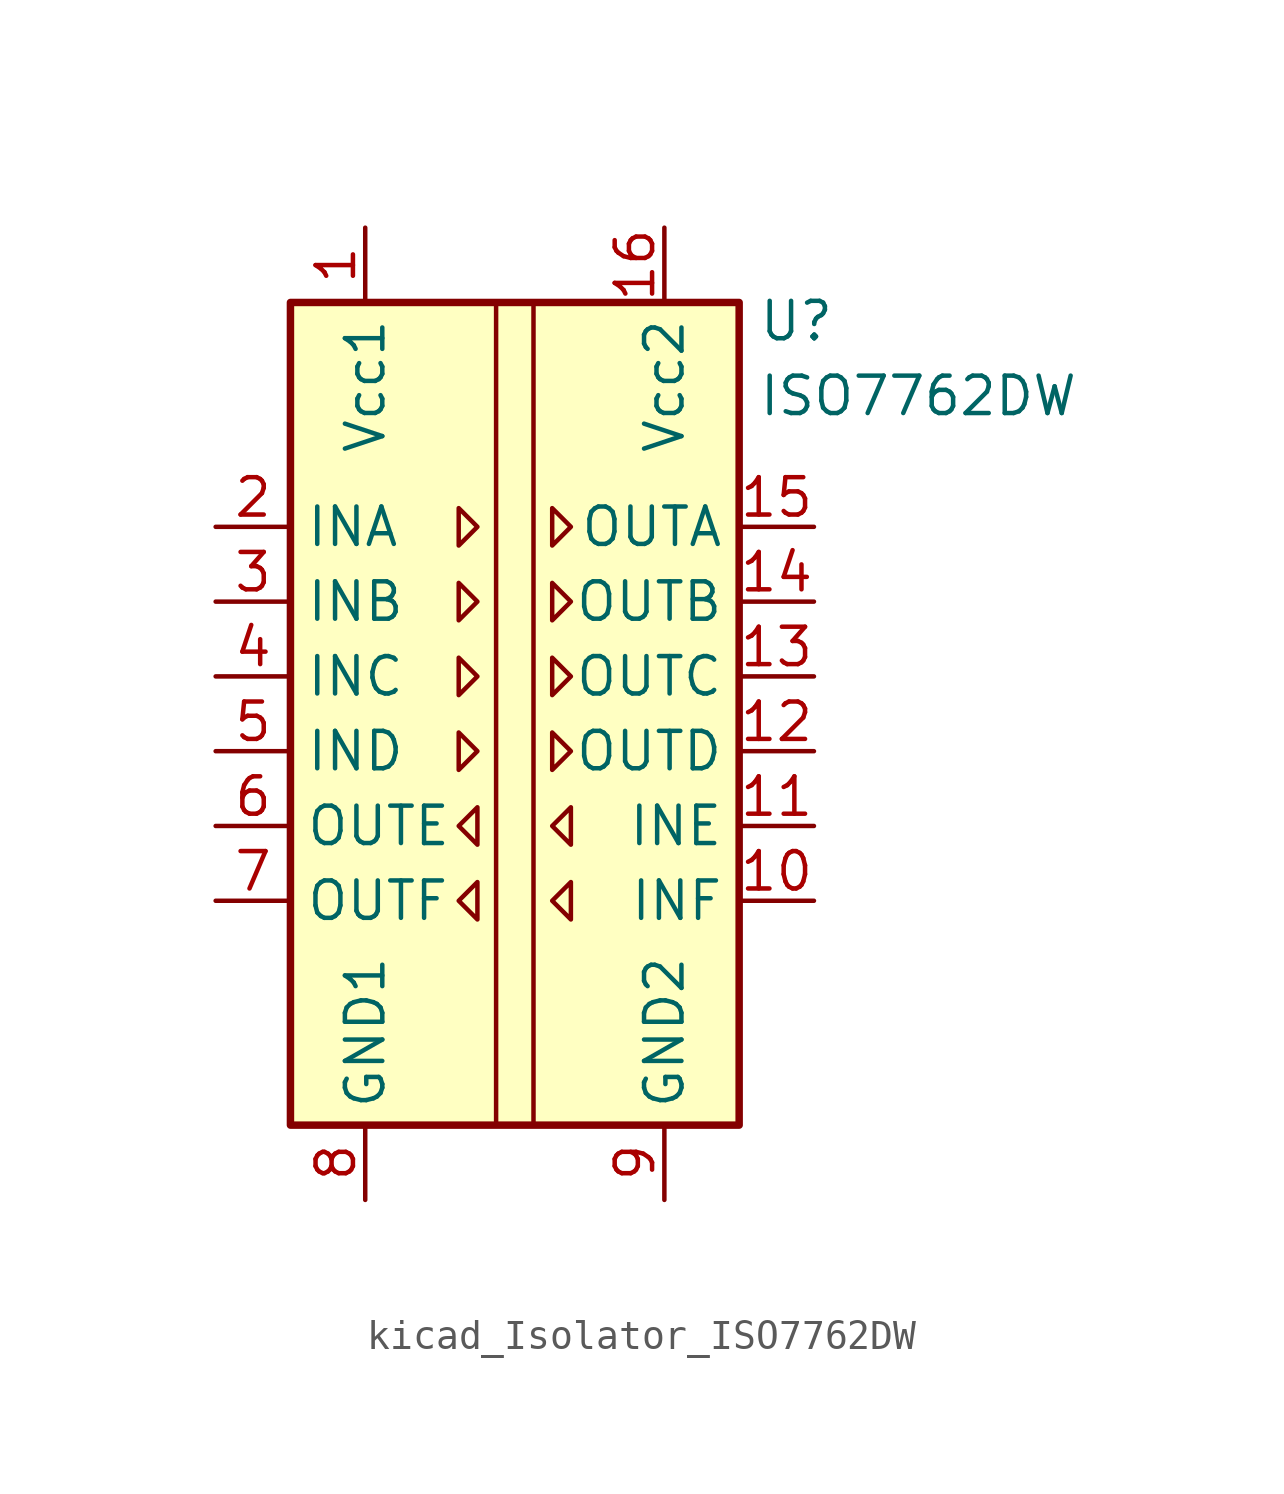
<source format=kicad_sym>
(kicad_symbol_lib
  (version 20220914)
  (generator kicad_symbol_editor)
  (symbol "kicad_Isolator_ISO7762DW"
    (property "Reference" "U"
      (at 8.255 14.605 0)
      (effects (font (size 1.27 1.27)) (justify left)))
    (property "Value" "ISO7762DW"
      (at 8.255 12.065 0)
      (effects (font (size 1.27 1.27)) (justify left)))
    (symbol "kicad_Isolator_ISO7762DW_0_1"
      (rectangle (start -7.62 15.24) (end 7.62 -12.7) (stroke (width 0.254) (type default)) (fill (type background)))
      (polyline (pts (xy -0.635 15.24) (xy -0.635 -12.7)) (stroke (width 0) (type default)) (fill (type none)))
      (polyline (pts (xy 0.635 15.24) (xy 0.635 -12.7)) (stroke (width 0) (type default)) (fill (type none)))
      (polyline (pts (xy -1.905 8.255) (xy -1.27 7.62) (xy -1.905 6.985) (xy -1.905 8.255)) (stroke (width 0) (type default)) (fill (type none)))
      (polyline (pts (xy 1.27 8.255) (xy 1.905 7.62) (xy 1.27 6.985) (xy 1.27 8.255)) (stroke (width 0) (type default)) (fill (type none))))
    (symbol "kicad_Isolator_ISO7762DW_1_1"
      (polyline (pts (xy -1.905 0.635) (xy -1.27 0) (xy -1.905 -0.635) (xy -1.905 0.635)) (stroke (width 0) (type default)) (fill (type none)))
      (polyline (pts (xy -1.905 3.175) (xy -1.27 2.54) (xy -1.905 1.905) (xy -1.905 3.175)) (stroke (width 0) (type default)) (fill (type none)))
      (polyline (pts (xy -1.905 5.715) (xy -1.27 5.08) (xy -1.905 4.445) (xy -1.905 5.715)) (stroke (width 0) (type default)) (fill (type none)))
      (polyline (pts (xy -1.27 -4.445) (xy -1.905 -5.08) (xy -1.27 -5.715) (xy -1.27 -4.445)) (stroke (width 0) (type default)) (fill (type none)))
      (polyline (pts (xy -1.27 -1.905) (xy -1.905 -2.54) (xy -1.27 -3.175) (xy -1.27 -1.905)) (stroke (width 0) (type default)) (fill (type none)))
      (polyline (pts (xy 1.27 0.635) (xy 1.905 0) (xy 1.27 -0.635) (xy 1.27 0.635)) (stroke (width 0) (type default)) (fill (type none)))
      (polyline (pts (xy 1.27 3.175) (xy 1.905 2.54) (xy 1.27 1.905) (xy 1.27 3.175)) (stroke (width 0) (type default)) (fill (type none)))
      (polyline (pts (xy 1.27 5.715) (xy 1.905 5.08) (xy 1.27 4.445) (xy 1.27 5.715)) (stroke (width 0) (type default)) (fill (type none)))
      (polyline (pts (xy 1.905 -4.445) (xy 1.27 -5.08) (xy 1.905 -5.715) (xy 1.905 -4.445)) (stroke (width 0) (type default)) (fill (type none)))
      (polyline (pts (xy 1.905 -1.905) (xy 1.27 -2.54) (xy 1.905 -3.175) (xy 1.905 -1.905)) (stroke (width 0) (type default)) (fill (type none)))
      (pin power_in line (at -5.08 17.78 270) (length 2.54) (name "Vcc1" (effects (font (size 1.27 1.27)))) (number "1" (effects (font (size 1.27 1.27)))))
      (pin input line (at 10.16 -5.08 180) (length 2.54) (name "INF" (effects (font (size 1.27 1.27)))) (number "10" (effects (font (size 1.27 1.27)))))
      (pin input line (at 10.16 -2.54 180) (length 2.54) (name "INE" (effects (font (size 1.27 1.27)))) (number "11" (effects (font (size 1.27 1.27)))))
      (pin output line (at 10.16 0 180) (length 2.54) (name "OUTD" (effects (font (size 1.27 1.27)))) (number "12" (effects (font (size 1.27 1.27)))))
      (pin output line (at 10.16 2.54 180) (length 2.54) (name "OUTC" (effects (font (size 1.27 1.27)))) (number "13" (effects (font (size 1.27 1.27)))))
      (pin output line (at 10.16 5.08 180) (length 2.54) (name "OUTB" (effects (font (size 1.27 1.27)))) (number "14" (effects (font (size 1.27 1.27)))))
      (pin output line (at 10.16 7.62 180) (length 2.54) (name "OUTA" (effects (font (size 1.27 1.27)))) (number "15" (effects (font (size 1.27 1.27)))))
      (pin power_in line (at 5.08 17.78 270) (length 2.54) (name "Vcc2" (effects (font (size 1.27 1.27)))) (number "16" (effects (font (size 1.27 1.27)))))
      (pin input line (at -10.16 7.62 0) (length 2.54) (name "INA" (effects (font (size 1.27 1.27)))) (number "2" (effects (font (size 1.27 1.27)))))
      (pin input line (at -10.16 5.08 0) (length 2.54) (name "INB" (effects (font (size 1.27 1.27)))) (number "3" (effects (font (size 1.27 1.27)))))
      (pin input line (at -10.16 2.54 0) (length 2.54) (name "INC" (effects (font (size 1.27 1.27)))) (number "4" (effects (font (size 1.27 1.27)))))
      (pin input line (at -10.16 0 0) (length 2.54) (name "IND" (effects (font (size 1.27 1.27)))) (number "5" (effects (font (size 1.27 1.27)))))
      (pin output line (at -10.16 -2.54 0) (length 2.54) (name "OUTE" (effects (font (size 1.27 1.27)))) (number "6" (effects (font (size 1.27 1.27)))))
      (pin output line (at -10.16 -5.08 0) (length 2.54) (name "OUTF" (effects (font (size 1.27 1.27)))) (number "7" (effects (font (size 1.27 1.27)))))
      (pin power_in line (at -5.08 -15.24 90) (length 2.54) (name "GND1" (effects (font (size 1.27 1.27)))) (number "8" (effects (font (size 1.27 1.27)))))
      (pin power_in line (at 5.08 -15.24 90) (length 2.54) (name "GND2" (effects (font (size 1.27 1.27)))) (number "9" (effects (font (size 1.27 1.27))))))))
</source>
